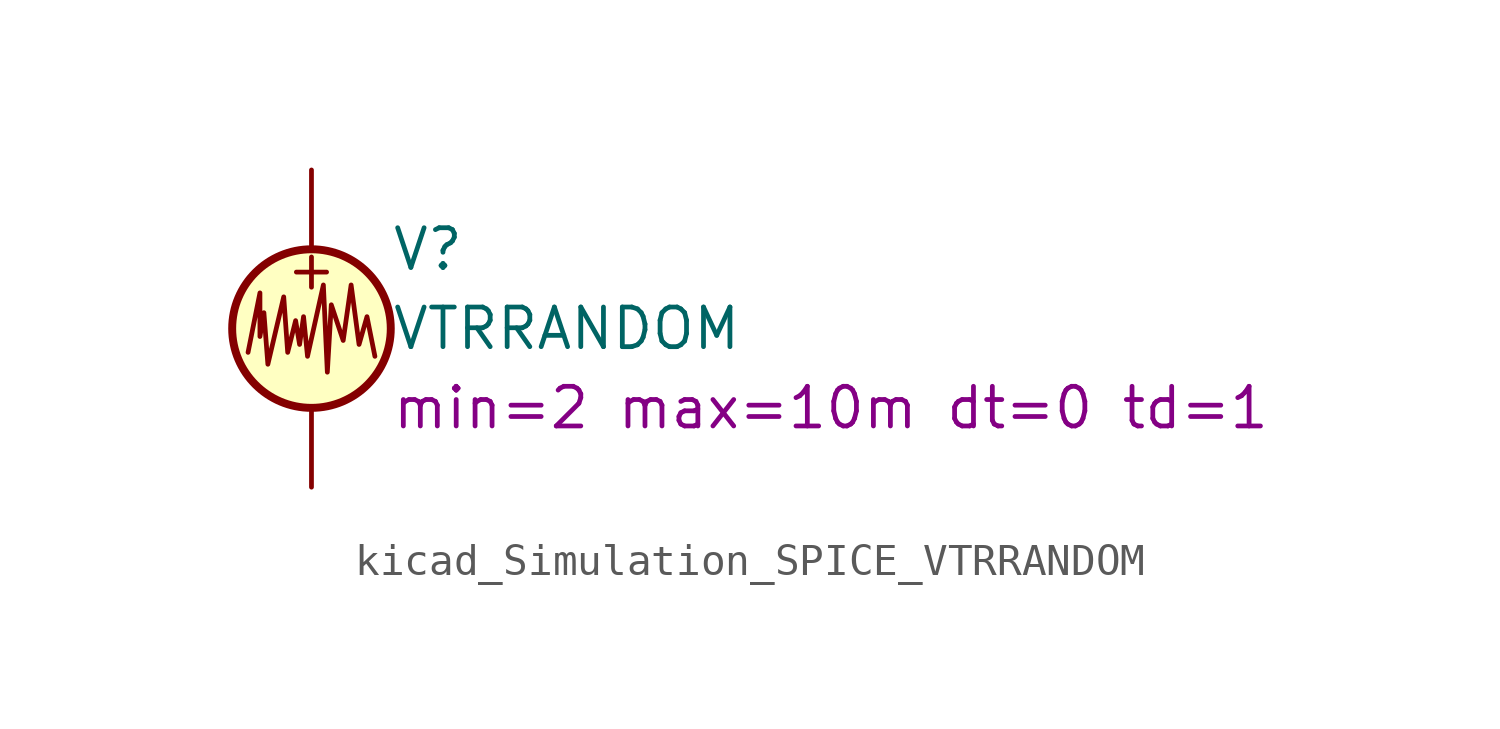
<source format=kicad_sym>
(kicad_symbol_lib
  (version 20220914)
  (generator kicad_symbol_editor)
  (symbol "kicad_Simulation_SPICE_VTRRANDOM"
    (pin_numbers hide)
    (pin_names
      (offset 0.025))
    (property "Reference" "V"
      (at 2.54 2.54 0)
      (effects (font (size 1.27 1.27)) (justify left)))
    (property "Value" "VTRRANDOM"
      (at 2.54 0 0)
      (effects (font (size 1.27 1.27)) (justify left)))
    (property "Sim.Params" "min=2 max=10m dt=0 td=1"
      (at 2.54 -2.54 0)
      (effects (font (size 1.27 1.27)) (justify left)))
    (symbol "kicad_Simulation_SPICE_VTRRANDOM_0_0"
      (text "+" (at 0 1.905 0) (effects (font (size 1.27 1.27)))))
    (symbol "kicad_Simulation_SPICE_VTRRANDOM_0_1"
      (polyline (pts (xy -2.032 -0.762) (xy -1.651 1.143) (xy -1.651 -0.254) (xy -1.524 0.508) (xy -1.397 -1.143) (xy -0.889 1.016) (xy -0.762 -0.762) (xy -0.508 0.254) (xy -0.381 -0.508) (xy -0.254 0.381) (xy -0.127 -0.889) (xy 0.381 1.397) (xy 0.508 -1.397) (xy 0.635 0.762) (xy 1.016 -0.381) (xy 1.27 1.397) (xy 1.524 -0.508) (xy 1.778 0.381) (xy 2.032 -0.889)) (stroke (width 0) (type default)) (fill (type none)))
      (circle (center 0 0) (radius 2.54) (stroke (width 0.254) (type default)) (fill (type background))))
    (symbol "kicad_Simulation_SPICE_VTRRANDOM_1_1"
      (pin passive line (at 0 5.08 270) (length 2.54) (name "~" (effects (font (size 1.27 1.27)))) (number "1" (effects (font (size 1.27 1.27)))))
      (pin passive line (at 0 -5.08 90) (length 2.54) (name "~" (effects (font (size 1.27 1.27)))) (number "2" (effects (font (size 1.27 1.27))))))))
</source>
